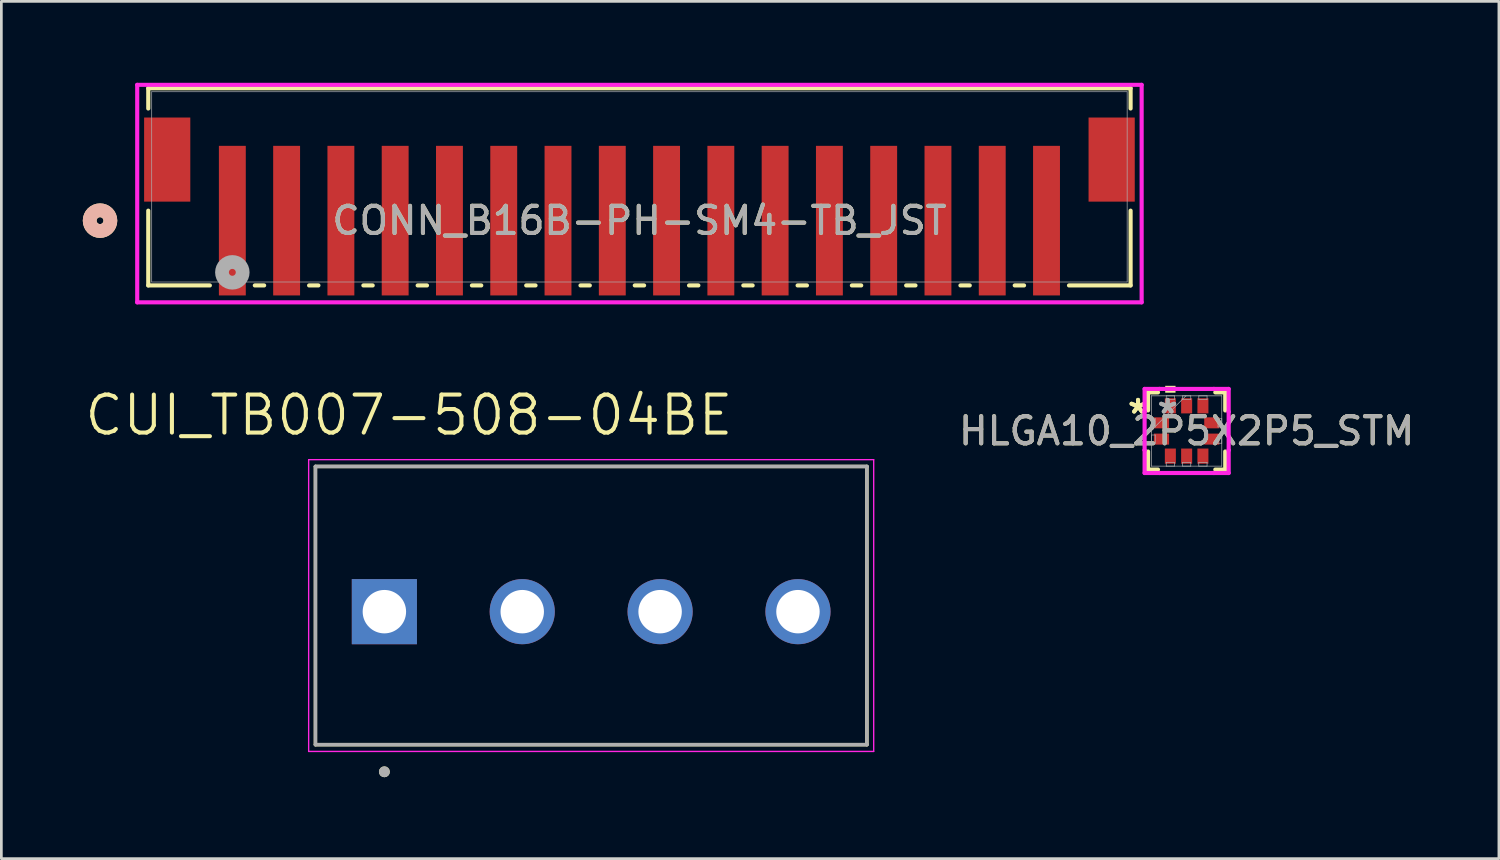
<source format=kicad_pcb>
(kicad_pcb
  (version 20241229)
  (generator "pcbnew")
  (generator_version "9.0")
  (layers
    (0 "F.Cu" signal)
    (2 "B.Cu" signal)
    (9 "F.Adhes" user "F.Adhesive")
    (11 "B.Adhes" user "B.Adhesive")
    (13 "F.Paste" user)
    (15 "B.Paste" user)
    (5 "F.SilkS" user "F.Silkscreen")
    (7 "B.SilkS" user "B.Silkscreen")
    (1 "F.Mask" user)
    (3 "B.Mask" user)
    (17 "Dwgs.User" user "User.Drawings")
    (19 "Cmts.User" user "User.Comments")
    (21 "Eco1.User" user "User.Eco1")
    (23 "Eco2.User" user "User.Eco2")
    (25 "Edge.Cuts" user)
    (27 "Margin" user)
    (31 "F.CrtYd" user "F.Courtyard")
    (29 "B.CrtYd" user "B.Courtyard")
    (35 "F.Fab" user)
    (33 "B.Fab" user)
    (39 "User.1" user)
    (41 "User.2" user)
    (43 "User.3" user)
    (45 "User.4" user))
  (footprint "HLGA10_2P5X2P5_STM"
    (layer "F.Cu")
    (at 40.674 12.83)
    (property "Reference" "HLGA10_2P5X2P5_STM" (at 0 0 0) (unlocked yes) (layer "F.SilkS") (effects (font (size 1 1) (thickness 0.15))))
    (attr smd)
    (fp_line (start -1.422 -1.422) (end -1.422 -0.756) (stroke (width 0.152) (type solid)) (layer "F.SilkS"))
    (fp_line (start -1.422 0.756) (end -1.422 1.422) (stroke (width 0.152) (type solid)) (layer "F.SilkS"))
    (fp_line (start -1.422 1.422) (end -1.056 1.422) (stroke (width 0.152) (type solid)) (layer "F.SilkS"))
    (fp_line (start -1.056 -1.422) (end -1.422 -1.422) (stroke (width 0.152) (type solid)) (layer "F.SilkS"))
    (fp_line (start 1.056 1.422) (end 1.422 1.422) (stroke (width 0.152) (type solid)) (layer "F.SilkS"))
    (fp_line (start 1.422 -1.422) (end 1.056 -1.422) (stroke (width 0.152) (type solid)) (layer "F.SilkS"))
    (fp_line (start 1.422 -0.756) (end 1.422 -1.422) (stroke (width 0.152) (type solid)) (layer "F.SilkS"))
    (fp_line (start 1.422 1.422) (end 1.422 0.756) (stroke (width 0.152) (type solid)) (layer "F.SilkS"))
    (fp_poly (pts (xy -0.79 -1.41) (xy -0.79 -1.664) (xy -0.409 -1.664) (xy -0.409 -1.41)) (stroke (width 0) (type solid)) (fill yes) (layer "F.SilkS"))
    (fp_line (start -1.549 -1.549) (end -1.006 -1.549) (stroke (width 0.152) (type solid)) (layer "F.CrtYd"))
    (fp_line (start -1.549 -0.706) (end -1.549 -1.549) (stroke (width 0.152) (type solid)) (layer "F.CrtYd"))
    (fp_line (start -1.549 -0.706) (end -1.549 -0.706) (stroke (width 0.152) (type solid)) (layer "F.CrtYd"))
    (fp_line (start -1.549 0.706) (end -1.549 -0.706) (stroke (width 0.152) (type solid)) (layer "F.CrtYd"))
    (fp_line (start -1.549 0.706) (end -1.549 0.706) (stroke (width 0.152) (type solid)) (layer "F.CrtYd"))
    (fp_line (start -1.549 1.549) (end -1.549 0.706) (stroke (width 0.152) (type solid)) (layer "F.CrtYd"))
    (fp_line (start -1.006 -1.549) (end -1.006 -1.549) (stroke (width 0.152) (type solid)) (layer "F.CrtYd"))
    (fp_line (start -1.006 -1.549) (end 1.006 -1.549) (stroke (width 0.152) (type solid)) (layer "F.CrtYd"))
    (fp_line (start -1.006 1.549) (end -1.549 1.549) (stroke (width 0.152) (type solid)) (layer "F.CrtYd"))
    (fp_line (start -1.006 1.549) (end -1.006 1.549) (stroke (width 0.152) (type solid)) (layer "F.CrtYd"))
    (fp_line (start 1.006 -1.549) (end 1.006 -1.549) (stroke (width 0.152) (type solid)) (layer "F.CrtYd"))
    (fp_line (start 1.006 -1.549) (end 1.549 -1.549) (stroke (width 0.152) (type solid)) (layer "F.CrtYd"))
    (fp_line (start 1.006 1.549) (end -1.006 1.549) (stroke (width 0.152) (type solid)) (layer "F.CrtYd"))
    (fp_line (start 1.006 1.549) (end 1.006 1.549) (stroke (width 0.152) (type solid)) (layer "F.CrtYd"))
    (fp_line (start 1.549 -1.549) (end 1.549 -0.706) (stroke (width 0.152) (type solid)) (layer "F.CrtYd"))
    (fp_line (start 1.549 -0.706) (end 1.549 -0.706) (stroke (width 0.152) (type solid)) (layer "F.CrtYd"))
    (fp_line (start 1.549 -0.706) (end 1.549 0.706) (stroke (width 0.152) (type solid)) (layer "F.CrtYd"))
    (fp_line (start 1.549 0.706) (end 1.549 0.706) (stroke (width 0.152) (type solid)) (layer "F.CrtYd"))
    (fp_line (start 1.549 0.706) (end 1.549 1.549) (stroke (width 0.152) (type solid)) (layer "F.CrtYd"))
    (fp_line (start 1.549 1.549) (end 1.006 1.549) (stroke (width 0.152) (type solid)) (layer "F.CrtYd"))
    (fp_line (start -1.295 -1.295) (end -1.295 -1.295) (stroke (width 0.025) (type solid)) (layer "F.Fab"))
    (fp_line (start -1.295 -1.295) (end -1.295 1.295) (stroke (width 0.025) (type solid)) (layer "F.Fab"))
    (fp_line (start -1.295 -0.452) (end -1.156 -0.452) (stroke (width 0.025) (type solid)) (layer "F.Fab"))
    (fp_line (start -1.295 -0.148) (end -1.295 -0.452) (stroke (width 0.025) (type solid)) (layer "F.Fab"))
    (fp_line (start -1.295 -0.025) (end -0.025 -1.295) (stroke (width 0.025) (type solid)) (layer "F.Fab"))
    (fp_line (start -1.295 0.148) (end -1.156 0.148) (stroke (width 0.025) (type solid)) (layer "F.Fab"))
    (fp_line (start -1.295 0.452) (end -1.295 0.148) (stroke (width 0.025) (type solid)) (layer "F.Fab"))
    (fp_line (start -1.295 1.295) (end -1.295 1.295) (stroke (width 0.025) (type solid)) (layer "F.Fab"))
    (fp_line (start -1.295 1.295) (end 1.295 1.295) (stroke (width 0.025) (type solid)) (layer "F.Fab"))
    (fp_line (start -1.156 -0.452) (end -1.156 -0.148) (stroke (width 0.025) (type solid)) (layer "F.Fab"))
    (fp_line (start -1.156 -0.148) (end -1.295 -0.148) (stroke (width 0.025) (type solid)) (layer "F.Fab"))
    (fp_line (start -1.156 0.148) (end -1.156 0.452) (stroke (width 0.025) (type solid)) (layer "F.Fab"))
    (fp_line (start -1.156 0.452) (end -1.295 0.452) (stroke (width 0.025) (type solid)) (layer "F.Fab"))
    (fp_line (start -0.752 -1.295) (end -0.448 -1.295) (stroke (width 0.025) (type solid)) (layer "F.Fab"))
    (fp_line (start -0.752 -1.156) (end -0.752 -1.295) (stroke (width 0.025) (type solid)) (layer "F.Fab"))
    (fp_line (start -0.752 1.156) (end -0.448 1.156) (stroke (width 0.025) (type solid)) (layer "F.Fab"))
    (fp_line (start -0.752 1.295) (end -0.752 1.156) (stroke (width 0.025) (type solid)) (layer "F.Fab"))
    (fp_line (start -0.448 -1.295) (end -0.448 -1.156) (stroke (width 0.025) (type solid)) (layer "F.Fab"))
    (fp_line (start -0.448 -1.156) (end -0.752 -1.156) (stroke (width 0.025) (type solid)) (layer "F.Fab"))
    (fp_line (start -0.448 1.156) (end -0.448 1.295) (stroke (width 0.025) (type solid)) (layer "F.Fab"))
    (fp_line (start -0.448 1.295) (end -0.752 1.295) (stroke (width 0.025) (type solid)) (layer "F.Fab"))
    (fp_line (start -0.152 -1.295) (end 0.152 -1.295) (stroke (width 0.025) (type solid)) (layer "F.Fab"))
    (fp_line (start -0.152 -1.156) (end -0.152 -1.295) (stroke (width 0.025) (type solid)) (layer "F.Fab"))
    (fp_line (start -0.152 1.156) (end 0.152 1.156) (stroke (width 0.025) (type solid)) (layer "F.Fab"))
    (fp_line (start -0.152 1.295) (end -0.152 1.156) (stroke (width 0.025) (type solid)) (layer "F.Fab"))
    (fp_line (start 0.152 -1.295) (end 0.152 -1.156) (stroke (width 0.025) (type solid)) (layer "F.Fab"))
    (fp_line (start 0.152 -1.156) (end -0.152 -1.156) (stroke (width 0.025) (type solid)) (layer "F.Fab"))
    (fp_line (start 0.152 1.156) (end 0.152 1.295) (stroke (width 0.025) (type solid)) (layer "F.Fab"))
    (fp_line (start 0.152 1.295) (end -0.152 1.295) (stroke (width 0.025) (type solid)) (layer "F.Fab"))
    (fp_line (start 0.448 -1.295) (end 0.752 -1.295) (stroke (width 0.025) (type solid)) (layer "F.Fab"))
    (fp_line (start 0.448 -1.156) (end 0.448 -1.295) (stroke (width 0.025) (type solid)) (layer "F.Fab"))
    (fp_line (start 0.448 1.156) (end 0.752 1.156) (stroke (width 0.025) (type solid)) (layer "F.Fab"))
    (fp_line (start 0.448 1.295) (end 0.448 1.156) (stroke (width 0.025) (type solid)) (layer "F.Fab"))
    (fp_line (start 0.752 -1.295) (end 0.752 -1.156) (stroke (width 0.025) (type solid)) (layer "F.Fab"))
    (fp_line (start 0.752 -1.156) (end 0.448 -1.156) (stroke (width 0.025) (type solid)) (layer "F.Fab"))
    (fp_line (start 0.752 1.156) (end 0.752 1.295) (stroke (width 0.025) (type solid)) (layer "F.Fab"))
    (fp_line (start 0.752 1.295) (end 0.448 1.295) (stroke (width 0.025) (type solid)) (layer "F.Fab"))
    (fp_line (start 1.156 -0.452) (end 1.295 -0.452) (stroke (width 0.025) (type solid)) (layer "F.Fab"))
    (fp_line (start 1.156 -0.148) (end 1.156 -0.452) (stroke (width 0.025) (type solid)) (layer "F.Fab"))
    (fp_line (start 1.156 0.148) (end 1.295 0.148) (stroke (width 0.025) (type solid)) (layer "F.Fab"))
    (fp_line (start 1.156 0.452) (end 1.156 0.148) (stroke (width 0.025) (type solid)) (layer "F.Fab"))
    (fp_line (start 1.295 -1.295) (end -1.295 -1.295) (stroke (width 0.025) (type solid)) (layer "F.Fab"))
    (fp_line (start 1.295 -1.295) (end 1.295 -1.295) (stroke (width 0.025) (type solid)) (layer "F.Fab"))
    (fp_line (start 1.295 -0.452) (end 1.295 -0.148) (stroke (width 0.025) (type solid)) (layer "F.Fab"))
    (fp_line (start 1.295 -0.148) (end 1.156 -0.148) (stroke (width 0.025) (type solid)) (layer "F.Fab"))
    (fp_line (start 1.295 0.148) (end 1.295 0.452) (stroke (width 0.025) (type solid)) (layer "F.Fab"))
    (fp_line (start 1.295 0.452) (end 1.156 0.452) (stroke (width 0.025) (type solid)) (layer "F.Fab"))
    (fp_line (start 1.295 1.295) (end 1.295 -1.295) (stroke (width 0.025) (type solid)) (layer "F.Fab"))
    (fp_line (start 1.295 1.295) (end 1.295 1.295) (stroke (width 0.025) (type solid)) (layer "F.Fab"))
    (fp_text user "*" (at -1.791 -0.6 0) (unlocked yes) (layer "F.SilkS") (effects (font (size 1 1) (thickness 0.15))))
    (fp_text user "*" (at -1.791 -0.6 0) (layer "F.SilkS") (effects (font (size 1 1) (thickness 0.15))))
    (fp_text user "*" (at -0.699 -0.6 0) (unlocked yes) (layer "F.Fab") (effects (font (size 1 1) (thickness 0.15))))
    (fp_text user "*" (at -0.699 -0.6 0) (layer "F.Fab") (effects (font (size 1 1) (thickness 0.15))))
    (fp_text user "${REFERENCE}" (at 0 0 0) (unlocked yes) (layer "F.Fab") (effects (font (size 1 1) (thickness 0.15))))
    (pad "1" smd rect (at -0.927 -0.3 90) (size 0.406 0.559) (layers "F.Cu" "F.Mask" "F.Paste"))
    (pad "2" smd rect (at -0.927 0.3 90) (size 0.406 0.559) (layers "F.Cu" "F.Mask" "F.Paste"))
    (pad "3" smd rect (at -0.6 0.927) (size 0.406 0.559) (layers "F.Cu" "F.Mask" "F.Paste"))
    (pad "4" smd rect (at 0 0.927) (size 0.406 0.559) (layers "F.Cu" "F.Mask" "F.Paste"))
    (pad "5" smd rect (at 0.6 0.927) (size 0.406 0.559) (layers "F.Cu" "F.Mask" "F.Paste"))
    (pad "6" smd rect (at 0.927 0.3 90) (size 0.406 0.559) (layers "F.Cu" "F.Mask" "F.Paste"))
    (pad "7" smd rect (at 0.927 -0.3 90) (size 0.406 0.559) (layers "F.Cu" "F.Mask" "F.Paste"))
    (pad "8" smd rect (at 0.6 -0.927) (size 0.406 0.559) (layers "F.Cu" "F.Mask" "F.Paste"))
    (pad "9" smd rect (at 0 -0.927) (size 0.406 0.559) (layers "F.Cu" "F.Mask" "F.Paste"))
    (pad "10" smd rect (at -0.6 -0.927) (size 0.406 0.559) (layers "F.Cu" "F.Mask" "F.Paste")))
  (footprint "CONN_B16B-PH-SM4-TB_JST"
    (layer "F.Cu")
    (at 20.511 3.835)
    (property "Reference" "CONN_B16B-PH-SM4-TB_JST" (at 0 1.245 0) (unlocked yes) (layer "F.SilkS") (effects (font (size 1 1) (thickness 0.15))))
    (attr smd)
    (fp_line (start -18.098 -3.632) (end -18.098 -2.887) (stroke (width 0.152) (type solid)) (layer "F.SilkS"))
    (fp_line (start -18.098 0.877) (end -18.098 3.632) (stroke (width 0.152) (type solid)) (layer "F.SilkS"))
    (fp_line (start -18.098 3.632) (end -15.828 3.632) (stroke (width 0.152) (type solid)) (layer "F.SilkS"))
    (fp_line (start -14.172 3.632) (end -13.828 3.632) (stroke (width 0.152) (type solid)) (layer "F.SilkS"))
    (fp_line (start -12.172 3.632) (end -11.828 3.632) (stroke (width 0.152) (type solid)) (layer "F.SilkS"))
    (fp_line (start -10.172 3.632) (end -9.828 3.632) (stroke (width 0.152) (type solid)) (layer "F.SilkS"))
    (fp_line (start -8.172 3.632) (end -7.828 3.632) (stroke (width 0.152) (type solid)) (layer "F.SilkS"))
    (fp_line (start -6.172 3.632) (end -5.828 3.632) (stroke (width 0.152) (type solid)) (layer "F.SilkS"))
    (fp_line (start -4.172 3.632) (end -3.828 3.632) (stroke (width 0.152) (type solid)) (layer "F.SilkS"))
    (fp_line (start -2.172 3.632) (end -1.828 3.632) (stroke (width 0.152) (type solid)) (layer "F.SilkS"))
    (fp_line (start -0.172 3.632) (end 0.172 3.632) (stroke (width 0.152) (type solid)) (layer "F.SilkS"))
    (fp_line (start 1.828 3.632) (end 2.172 3.632) (stroke (width 0.152) (type solid)) (layer "F.SilkS"))
    (fp_line (start 3.828 3.632) (end 4.172 3.632) (stroke (width 0.152) (type solid)) (layer "F.SilkS"))
    (fp_line (start 5.828 3.632) (end 6.172 3.632) (stroke (width 0.152) (type solid)) (layer "F.SilkS"))
    (fp_line (start 7.828 3.632) (end 8.172 3.632) (stroke (width 0.152) (type solid)) (layer "F.SilkS"))
    (fp_line (start 9.828 3.632) (end 10.172 3.632) (stroke (width 0.152) (type solid)) (layer "F.SilkS"))
    (fp_line (start 11.828 3.632) (end 12.172 3.632) (stroke (width 0.152) (type solid)) (layer "F.SilkS"))
    (fp_line (start 13.828 3.632) (end 14.172 3.632) (stroke (width 0.152) (type solid)) (layer "F.SilkS"))
    (fp_line (start 15.828 3.632) (end 18.098 3.632) (stroke (width 0.152) (type solid)) (layer "F.SilkS"))
    (fp_line (start 18.098 -3.632) (end -18.098 -3.632) (stroke (width 0.152) (type solid)) (layer "F.SilkS"))
    (fp_line (start 18.098 -2.887) (end 18.098 -3.632) (stroke (width 0.152) (type solid)) (layer "F.SilkS"))
    (fp_line (start 18.098 3.632) (end 18.098 0.877) (stroke (width 0.152) (type solid)) (layer "F.SilkS"))
    (fp_circle (center -19.875 1.245) (end -19.494 1.245) (stroke (width 0.508) (type solid)) (fill no) (layer "F.SilkS"))
    (fp_circle (center -19.875 1.245) (end -19.494 1.245) (stroke (width 0.508) (type solid)) (fill no) (layer "B.SilkS"))
    (fp_line (start -18.505 -3.759) (end -18.505 4.255) (stroke (width 0.152) (type solid)) (layer "F.CrtYd"))
    (fp_line (start -18.505 4.255) (end 18.505 4.255) (stroke (width 0.152) (type solid)) (layer "F.CrtYd"))
    (fp_line (start 18.505 -3.759) (end -18.505 -3.759) (stroke (width 0.152) (type solid)) (layer "F.CrtYd"))
    (fp_line (start 18.505 4.255) (end 18.505 -3.759) (stroke (width 0.152) (type solid)) (layer "F.CrtYd"))
    (fp_line (start -17.971 -3.505) (end -17.971 3.505) (stroke (width 0.025) (type solid)) (layer "F.Fab"))
    (fp_line (start -17.971 3.505) (end 17.971 3.505) (stroke (width 0.025) (type solid)) (layer "F.Fab"))
    (fp_line (start 17.971 -3.505) (end -17.971 -3.505) (stroke (width 0.025) (type solid)) (layer "F.Fab"))
    (fp_line (start 17.971 3.505) (end 17.971 -3.505) (stroke (width 0.025) (type solid)) (layer "F.Fab"))
    (fp_circle (center -15 3.15) (end -14.619 3.15) (stroke (width 0.508) (type solid)) (fill no) (layer "F.Fab"))
    (fp_text user "${REFERENCE}" (at 0 1.245 0) (unlocked yes) (layer "F.Fab") (effects (font (size 1 1) (thickness 0.15))))
    (pad "1" smd rect (at -15 1.245) (size 0.991 5.512) (layers "F.Cu" "F.Mask" "F.Paste"))
    (pad "2" smd rect (at -13 1.245) (size 0.991 5.512) (layers "F.Cu" "F.Mask" "F.Paste"))
    (pad "3" smd rect (at -11 1.245) (size 0.991 5.512) (layers "F.Cu" "F.Mask" "F.Paste"))
    (pad "4" smd rect (at -9 1.245) (size 0.991 5.512) (layers "F.Cu" "F.Mask" "F.Paste"))
    (pad "5" smd rect (at -7 1.245) (size 0.991 5.512) (layers "F.Cu" "F.Mask" "F.Paste"))
    (pad "6" smd rect (at -5 1.245) (size 0.991 5.512) (layers "F.Cu" "F.Mask" "F.Paste"))
    (pad "7" smd rect (at -3 1.245) (size 0.991 5.512) (layers "F.Cu" "F.Mask" "F.Paste"))
    (pad "8" smd rect (at -1 1.245) (size 0.991 5.512) (layers "F.Cu" "F.Mask" "F.Paste"))
    (pad "9" smd rect (at 1 1.245) (size 0.991 5.512) (layers "F.Cu" "F.Mask" "F.Paste"))
    (pad "10" smd rect (at 3 1.245) (size 0.991 5.512) (layers "F.Cu" "F.Mask" "F.Paste"))
    (pad "11" smd rect (at 5 1.245) (size 0.991 5.512) (layers "F.Cu" "F.Mask" "F.Paste"))
    (pad "12" smd rect (at 7 1.245) (size 0.991 5.512) (layers "F.Cu" "F.Mask" "F.Paste"))
    (pad "13" smd rect (at 9 1.245) (size 0.991 5.512) (layers "F.Cu" "F.Mask" "F.Paste"))
    (pad "14" smd rect (at 11 1.245) (size 0.991 5.512) (layers "F.Cu" "F.Mask" "F.Paste"))
    (pad "15" smd rect (at 13 1.245) (size 0.991 5.512) (layers "F.Cu" "F.Mask" "F.Paste"))
    (pad "16" smd rect (at 15 1.245) (size 0.991 5.512) (layers "F.Cu" "F.Mask" "F.Paste"))
    (pad "17" smd rect (at -17.4 -1.005) (size 1.702 3.099) (layers "F.Cu" "F.Mask" "F.Paste"))
    (pad "18" smd rect (at 17.4 -1.005) (size 1.702 3.099) (layers "F.Cu" "F.Mask" "F.Paste")))
  (footprint "CUI_TB007-508-04BE"
    (layer "F.Cu")
    (at 11.113 19.488)
    (property "Reference" "CUI_TB007-508-04BE" (at 0.905 -7.239 0) (layer "F.SilkS") (effects (font (size 1.4 1.4) (thickness 0.15))))
    (attr through_hole)
    (fp_line (start -2.54 -5.35) (end 17.78 -5.35) (stroke (width 0.127) (type solid)) (layer "F.SilkS"))
    (fp_line (start -2.54 4.9) (end -2.54 -5.35) (stroke (width 0.127) (type solid)) (layer "F.SilkS"))
    (fp_line (start 17.78 -5.35) (end 17.78 4.9) (stroke (width 0.127) (type solid)) (layer "F.SilkS"))
    (fp_line (start 17.78 4.9) (end -2.54 4.9) (stroke (width 0.127) (type solid)) (layer "F.SilkS"))
    (fp_circle (center 0 5.9) (end 0.1 5.9) (stroke (width 0.2) (type solid)) (fill no) (layer "F.SilkS"))
    (fp_line (start -2.79 -5.6) (end 18.03 -5.6) (stroke (width 0.05) (type solid)) (layer "F.CrtYd"))
    (fp_line (start -2.79 5.15) (end -2.79 -5.6) (stroke (width 0.05) (type solid)) (layer "F.CrtYd"))
    (fp_line (start 18.03 -5.6) (end 18.03 5.15) (stroke (width 0.05) (type solid)) (layer "F.CrtYd"))
    (fp_line (start 18.03 5.15) (end -2.79 5.15) (stroke (width 0.05) (type solid)) (layer "F.CrtYd"))
    (fp_line (start -2.54 -5.35) (end 17.78 -5.35) (stroke (width 0.127) (type solid)) (layer "F.Fab"))
    (fp_line (start -2.54 4.9) (end -2.54 -5.35) (stroke (width 0.127) (type solid)) (layer "F.Fab"))
    (fp_line (start 17.78 -5.35) (end 17.78 4.9) (stroke (width 0.127) (type solid)) (layer "F.Fab"))
    (fp_line (start 17.78 4.9) (end -2.54 4.9) (stroke (width 0.127) (type solid)) (layer "F.Fab"))
    (fp_circle (center 0 5.9) (end 0.1 5.9) (stroke (width 0.2) (type solid)) (fill no) (layer "F.Fab"))
    (pad "1" thru_hole rect (at 0 0) (size 2.4 2.4) (drill 1.6) (layers "*.Cu" "*.Mask"))
    (pad "2" thru_hole circle (at 5.08 0) (size 2.4 2.4) (drill 1.6) (layers "*.Cu" "*.Mask"))
    (pad "3" thru_hole circle (at 10.16 0) (size 2.4 2.4) (drill 1.6) (layers "*.Cu" "*.Mask"))
    (pad "4" thru_hole circle (at 15.24 0) (size 2.4 2.4) (drill 1.6) (layers "*.Cu" "*.Mask")))
  (gr_rect
    (start -3 -3)
    (end 52.18 28.588)
    (stroke (width 0.1) (type default))
    (fill no)
    (layer "Edge.Cuts")))
</source>
